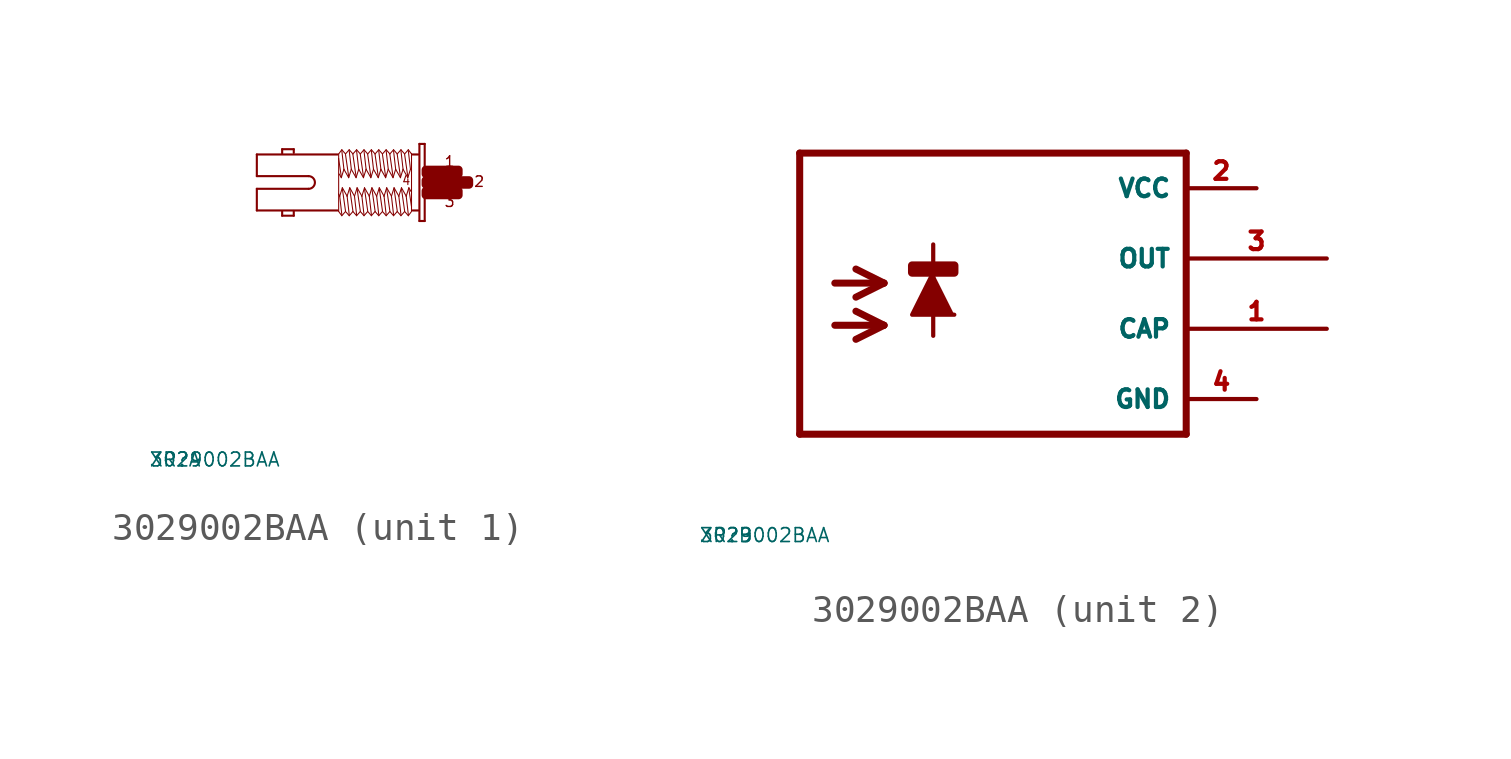
<source format=kicad_sym>
(kicad_symbol_lib
  (version 20220914)
  (generator Eagle2Kicad)
  (symbol "3029002BAA"
    (property "Reference" "XR"
      (at -10 -10 0)
      (effects (font (size 0.5 0.5) (thickness 0.06)) (justify left)))
    (property "Value" "3029002BAA"
      (at -10 -10 0)
      (effects (font (size 0.5 0.5) (thickness 0.06)) (justify left)))
    (symbol "3029002BAA_1_0"
      (polyline (pts (xy -0.038 1.391) (xy -0.038 -1.391)) (stroke (width 0.076) (type default)) (fill (type none)))
      (polyline (pts (xy -0.038 -1.391) (xy -0.229 -1.391)) (stroke (width 0.076) (type default)) (fill (type none)))
      (polyline (pts (xy -0.229 -1.391) (xy -0.229 1.391)) (stroke (width 0.076) (type default)) (fill (type none)))
      (polyline (pts (xy -0.229 1.391) (xy -0.038 1.391)) (stroke (width 0.076) (type default)) (fill (type none)))
      (polyline (pts (xy -0.267 1.01) (xy -0.476 1.01)) (stroke (width 0.076) (type default)) (fill (type none)))
      (polyline (pts (xy -0.267 -1.01) (xy -0.476 -1.01)) (stroke (width 0.076) (type default)) (fill (type none)))
      (polyline (pts (xy -3.181 -1.01) (xy -6.096 -1.01)) (stroke (width 0.076) (type default)) (fill (type none)))
      (polyline (pts (xy -6.096 -1.01) (xy -6.096 -0.229)) (stroke (width 0.076) (type default)) (fill (type none)))
      (polyline (pts (xy -6.096 -0.229) (xy -4.229 -0.229)) (stroke (width 0.076) (type default)) (fill (type none)))
      (polyline (pts (xy -4.229 0.229) (xy -6.096 0.229)) (stroke (width 0.076) (type default)) (fill (type none)))
      (polyline (pts (xy -6.096 0.229) (xy -6.096 1.01)) (stroke (width 0.076) (type default)) (fill (type none)))
      (polyline (pts (xy -6.096 1.01) (xy -3.181 1.01)) (stroke (width 0.076) (type default)) (fill (type none)))
      (polyline (pts (xy -4.763 -1.029) (xy -4.763 -1.2)) (stroke (width 0.076) (type default)) (fill (type none)))
      (polyline (pts (xy -4.763 -1.2) (xy -5.182 -1.2)) (stroke (width 0.076) (type default)) (fill (type none)))
      (polyline (pts (xy -5.182 -1.2) (xy -5.182 -1.048)) (stroke (width 0.076) (type default)) (fill (type none)))
      (polyline (pts (xy -4.763 1.067) (xy -4.763 1.2)) (stroke (width 0.076) (type default)) (fill (type none)))
      (polyline (pts (xy -4.763 1.2) (xy -5.182 1.2)) (stroke (width 0.076) (type default)) (fill (type none)))
      (polyline (pts (xy -5.182 1.2) (xy -5.182 1.048)) (stroke (width 0.076) (type default)) (fill (type none)))
      (polyline (pts (xy -0.514 -1.048) (xy -0.629 -1.2)) (stroke (width 0.038) (type default)) (fill (type none)))
      (polyline (pts (xy -0.629 -1.2) (xy -0.762 -1.048)) (stroke (width 0.038) (type default)) (fill (type none)))
      (polyline (pts (xy -0.762 -1.048) (xy -0.895 -1.2)) (stroke (width 0.038) (type default)) (fill (type none)))
      (polyline (pts (xy -0.895 -1.2) (xy -1.029 -1.048)) (stroke (width 0.038) (type default)) (fill (type none)))
      (polyline (pts (xy -1.029 -1.048) (xy -1.162 -1.2)) (stroke (width 0.038) (type default)) (fill (type none)))
      (polyline (pts (xy -1.162 -1.2) (xy -1.295 -1.048)) (stroke (width 0.038) (type default)) (fill (type none)))
      (polyline (pts (xy -1.295 -1.048) (xy -1.429 -1.2)) (stroke (width 0.038) (type default)) (fill (type none)))
      (polyline (pts (xy -1.429 -1.2) (xy -1.562 -1.048)) (stroke (width 0.038) (type default)) (fill (type none)))
      (polyline (pts (xy -1.562 -1.048) (xy -1.696 -1.2)) (stroke (width 0.038) (type default)) (fill (type none)))
      (polyline (pts (xy -1.696 -1.2) (xy -1.829 -1.048)) (stroke (width 0.038) (type default)) (fill (type none)))
      (polyline (pts (xy -1.829 -1.048) (xy -1.962 -1.2)) (stroke (width 0.038) (type default)) (fill (type none)))
      (polyline (pts (xy -1.962 -1.2) (xy -2.095 -1.048)) (stroke (width 0.038) (type default)) (fill (type none)))
      (polyline (pts (xy -2.095 -1.048) (xy -2.229 -1.2)) (stroke (width 0.038) (type default)) (fill (type none)))
      (polyline (pts (xy -2.229 -1.2) (xy -2.362 -1.048)) (stroke (width 0.038) (type default)) (fill (type none)))
      (polyline (pts (xy -2.362 -1.048) (xy -2.496 -1.2)) (stroke (width 0.038) (type default)) (fill (type none)))
      (polyline (pts (xy -2.496 -1.2) (xy -2.629 -1.048)) (stroke (width 0.038) (type default)) (fill (type none)))
      (polyline (pts (xy -2.629 -1.048) (xy -2.762 -1.2)) (stroke (width 0.038) (type default)) (fill (type none)))
      (polyline (pts (xy -2.762 -1.2) (xy -2.896 -1.048)) (stroke (width 0.038) (type default)) (fill (type none)))
      (polyline (pts (xy -2.896 -1.048) (xy -3.029 -1.2)) (stroke (width 0.038) (type default)) (fill (type none)))
      (polyline (pts (xy -3.029 -1.2) (xy -3.143 -1.048)) (stroke (width 0.038) (type default)) (fill (type none)))
      (polyline (pts (xy -3.143 -1.048) (xy -3.143 -0.419)) (stroke (width 0.038) (type default)) (fill (type none)))
      (polyline (pts (xy -3.143 -0.419) (xy -3.143 0.857)) (stroke (width 0.038) (type default)) (fill (type none)))
      (polyline (pts (xy -3.143 0.857) (xy -3.143 1.029)) (stroke (width 0.038) (type default)) (fill (type none)))
      (polyline (pts (xy -0.514 1.048) (xy -0.514 1.029)) (stroke (width 0.038) (type default)) (fill (type none)))
      (polyline (pts (xy -0.514 1.029) (xy -0.514 -0.876)) (stroke (width 0.038) (type default)) (fill (type none)))
      (polyline (pts (xy -0.514 -0.876) (xy -0.514 -1.029)) (stroke (width 0.038) (type default)) (fill (type none)))
      (polyline (pts (xy -0.533 -0.324) (xy -0.61 -0.191)) (stroke (width 0.038) (type default)) (fill (type none)))
      (polyline (pts (xy -0.61 -0.191) (xy -0.705 -0.495)) (stroke (width 0.038) (type default)) (fill (type none)))
      (polyline (pts (xy -0.705 -0.495) (xy -0.876 -0.191)) (stroke (width 0.038) (type default)) (fill (type none)))
      (polyline (pts (xy -0.876 -0.191) (xy -0.972 -0.495)) (stroke (width 0.038) (type default)) (fill (type none)))
      (polyline (pts (xy -0.972 -0.495) (xy -1.143 -0.191)) (stroke (width 0.038) (type default)) (fill (type none)))
      (polyline (pts (xy -1.143 -0.191) (xy -1.238 -0.495)) (stroke (width 0.038) (type default)) (fill (type none)))
      (polyline (pts (xy -1.238 -0.495) (xy -1.41 -0.191)) (stroke (width 0.038) (type default)) (fill (type none)))
      (polyline (pts (xy -1.41 -0.191) (xy -1.505 -0.495)) (stroke (width 0.038) (type default)) (fill (type none)))
      (polyline (pts (xy -1.505 -0.495) (xy -1.676 -0.191)) (stroke (width 0.038) (type default)) (fill (type none)))
      (polyline (pts (xy -1.676 -0.191) (xy -1.772 -0.495)) (stroke (width 0.038) (type default)) (fill (type none)))
      (polyline (pts (xy -1.772 -0.495) (xy -1.943 -0.191)) (stroke (width 0.038) (type default)) (fill (type none)))
      (polyline (pts (xy -1.943 -0.191) (xy -2.038 -0.495)) (stroke (width 0.038) (type default)) (fill (type none)))
      (polyline (pts (xy -2.038 -0.495) (xy -2.21 -0.191)) (stroke (width 0.038) (type default)) (fill (type none)))
      (polyline (pts (xy -2.21 -0.191) (xy -2.305 -0.495)) (stroke (width 0.038) (type default)) (fill (type none)))
      (polyline (pts (xy -2.305 -0.495) (xy -2.477 -0.191)) (stroke (width 0.038) (type default)) (fill (type none)))
      (polyline (pts (xy -2.477 -0.191) (xy -2.572 -0.495)) (stroke (width 0.038) (type default)) (fill (type none)))
      (polyline (pts (xy -2.572 -0.495) (xy -2.743 -0.191)) (stroke (width 0.038) (type default)) (fill (type none)))
      (polyline (pts (xy -2.743 -0.191) (xy -2.838 -0.495)) (stroke (width 0.038) (type default)) (fill (type none)))
      (polyline (pts (xy -2.838 -0.495) (xy -3.01 -0.191)) (stroke (width 0.038) (type default)) (fill (type none)))
      (polyline (pts (xy -3.01 -0.191) (xy -3.105 -0.495)) (stroke (width 0.038) (type default)) (fill (type none)))
      (polyline (pts (xy -3.105 -0.495) (xy -3.143 -0.419)) (stroke (width 0.038) (type default)) (fill (type none)))
      (polyline (pts (xy -3.029 -1.162) (xy -3.105 -0.495)) (stroke (width 0.038) (type default)) (fill (type none)))
      (polyline (pts (xy -2.896 -1.029) (xy -3.01 -0.229)) (stroke (width 0.038) (type default)) (fill (type none)))
      (polyline (pts (xy -2.762 -1.162) (xy -2.838 -0.495)) (stroke (width 0.038) (type default)) (fill (type none)))
      (polyline (pts (xy -2.629 -1.029) (xy -2.743 -0.229)) (stroke (width 0.038) (type default)) (fill (type none)))
      (polyline (pts (xy -2.496 -1.162) (xy -2.572 -0.495)) (stroke (width 0.038) (type default)) (fill (type none)))
      (polyline (pts (xy -2.362 -1.029) (xy -2.477 -0.229)) (stroke (width 0.038) (type default)) (fill (type none)))
      (polyline (pts (xy -2.229 -1.162) (xy -2.305 -0.495)) (stroke (width 0.038) (type default)) (fill (type none)))
      (polyline (pts (xy -2.095 -1.029) (xy -2.21 -0.229)) (stroke (width 0.038) (type default)) (fill (type none)))
      (polyline (pts (xy -1.962 -1.162) (xy -2.038 -0.495)) (stroke (width 0.038) (type default)) (fill (type none)))
      (polyline (pts (xy -1.829 -1.029) (xy -1.943 -0.229)) (stroke (width 0.038) (type default)) (fill (type none)))
      (polyline (pts (xy -1.696 -1.162) (xy -1.772 -0.495)) (stroke (width 0.038) (type default)) (fill (type none)))
      (polyline (pts (xy -1.562 -1.029) (xy -1.676 -0.229)) (stroke (width 0.038) (type default)) (fill (type none)))
      (polyline (pts (xy -1.429 -1.162) (xy -1.505 -0.495)) (stroke (width 0.038) (type default)) (fill (type none)))
      (polyline (pts (xy -1.295 -1.029) (xy -1.41 -0.229)) (stroke (width 0.038) (type default)) (fill (type none)))
      (polyline (pts (xy -1.162 -1.162) (xy -1.238 -0.495)) (stroke (width 0.038) (type default)) (fill (type none)))
      (polyline (pts (xy -1.029 -1.029) (xy -1.143 -0.229)) (stroke (width 0.038) (type default)) (fill (type none)))
      (polyline (pts (xy -0.895 -1.162) (xy -0.972 -0.495)) (stroke (width 0.038) (type default)) (fill (type none)))
      (polyline (pts (xy -0.762 -1.029) (xy -0.876 -0.229)) (stroke (width 0.038) (type default)) (fill (type none)))
      (polyline (pts (xy -0.629 -1.162) (xy -0.705 -0.495)) (stroke (width 0.038) (type default)) (fill (type none)))
      (polyline (pts (xy -0.514 -0.876) (xy -0.61 -0.229)) (stroke (width 0.038) (type default)) (fill (type none)))
      (polyline (pts (xy -3.143 1.029) (xy -3.029 1.181)) (stroke (width 0.038) (type default)) (fill (type none)))
      (polyline (pts (xy -3.029 1.181) (xy -2.896 1.029)) (stroke (width 0.038) (type default)) (fill (type none)))
      (polyline (pts (xy -2.896 1.029) (xy -2.762 1.181)) (stroke (width 0.038) (type default)) (fill (type none)))
      (polyline (pts (xy -2.762 1.181) (xy -2.629 1.029)) (stroke (width 0.038) (type default)) (fill (type none)))
      (polyline (pts (xy -2.629 1.029) (xy -2.496 1.181)) (stroke (width 0.038) (type default)) (fill (type none)))
      (polyline (pts (xy -2.496 1.181) (xy -2.362 1.029)) (stroke (width 0.038) (type default)) (fill (type none)))
      (polyline (pts (xy -2.362 1.029) (xy -2.229 1.181)) (stroke (width 0.038) (type default)) (fill (type none)))
      (polyline (pts (xy -2.229 1.181) (xy -2.095 1.029)) (stroke (width 0.038) (type default)) (fill (type none)))
      (polyline (pts (xy -2.095 1.029) (xy -1.962 1.181)) (stroke (width 0.038) (type default)) (fill (type none)))
      (polyline (pts (xy -1.962 1.181) (xy -1.829 1.029)) (stroke (width 0.038) (type default)) (fill (type none)))
      (polyline (pts (xy -1.829 1.029) (xy -1.696 1.181)) (stroke (width 0.038) (type default)) (fill (type none)))
      (polyline (pts (xy -1.696 1.181) (xy -1.562 1.029)) (stroke (width 0.038) (type default)) (fill (type none)))
      (polyline (pts (xy -1.562 1.029) (xy -1.429 1.181)) (stroke (width 0.038) (type default)) (fill (type none)))
      (polyline (pts (xy -1.429 1.181) (xy -1.295 1.029)) (stroke (width 0.038) (type default)) (fill (type none)))
      (polyline (pts (xy -1.295 1.029) (xy -1.162 1.181)) (stroke (width 0.038) (type default)) (fill (type none)))
      (polyline (pts (xy -1.162 1.181) (xy -1.029 1.029)) (stroke (width 0.038) (type default)) (fill (type none)))
      (polyline (pts (xy -1.029 1.029) (xy -0.895 1.181)) (stroke (width 0.038) (type default)) (fill (type none)))
      (polyline (pts (xy -0.895 1.181) (xy -0.762 1.029)) (stroke (width 0.038) (type default)) (fill (type none)))
      (polyline (pts (xy -0.762 1.029) (xy -0.629 1.181)) (stroke (width 0.038) (type default)) (fill (type none)))
      (polyline (pts (xy -0.629 1.181) (xy -0.514 1.029)) (stroke (width 0.038) (type default)) (fill (type none)))
      (polyline (pts (xy -3.124 0.305) (xy -3.048 0.172)) (stroke (width 0.038) (type default)) (fill (type none)))
      (polyline (pts (xy -3.048 0.172) (xy -2.953 0.476)) (stroke (width 0.038) (type default)) (fill (type none)))
      (polyline (pts (xy -2.953 0.476) (xy -2.781 0.172)) (stroke (width 0.038) (type default)) (fill (type none)))
      (polyline (pts (xy -2.781 0.172) (xy -2.686 0.476)) (stroke (width 0.038) (type default)) (fill (type none)))
      (polyline (pts (xy -2.686 0.476) (xy -2.515 0.172)) (stroke (width 0.038) (type default)) (fill (type none)))
      (polyline (pts (xy -2.515 0.172) (xy -2.419 0.476)) (stroke (width 0.038) (type default)) (fill (type none)))
      (polyline (pts (xy -2.419 0.476) (xy -2.248 0.172)) (stroke (width 0.038) (type default)) (fill (type none)))
      (polyline (pts (xy -2.248 0.172) (xy -2.153 0.476)) (stroke (width 0.038) (type default)) (fill (type none)))
      (polyline (pts (xy -2.153 0.476) (xy -1.981 0.172)) (stroke (width 0.038) (type default)) (fill (type none)))
      (polyline (pts (xy -1.981 0.172) (xy -1.886 0.476)) (stroke (width 0.038) (type default)) (fill (type none)))
      (polyline (pts (xy -1.886 0.476) (xy -1.714 0.172)) (stroke (width 0.038) (type default)) (fill (type none)))
      (polyline (pts (xy -1.714 0.172) (xy -1.619 0.476)) (stroke (width 0.038) (type default)) (fill (type none)))
      (polyline (pts (xy -1.619 0.476) (xy -1.448 0.172)) (stroke (width 0.038) (type default)) (fill (type none)))
      (polyline (pts (xy -1.448 0.172) (xy -1.353 0.476)) (stroke (width 0.038) (type default)) (fill (type none)))
      (polyline (pts (xy -1.353 0.476) (xy -1.181 0.172)) (stroke (width 0.038) (type default)) (fill (type none)))
      (polyline (pts (xy -1.181 0.172) (xy -1.086 0.476)) (stroke (width 0.038) (type default)) (fill (type none)))
      (polyline (pts (xy -1.086 0.476) (xy -0.914 0.172)) (stroke (width 0.038) (type default)) (fill (type none)))
      (polyline (pts (xy -0.914 0.172) (xy -0.819 0.476)) (stroke (width 0.038) (type default)) (fill (type none)))
      (polyline (pts (xy -0.819 0.476) (xy -0.648 0.172)) (stroke (width 0.038) (type default)) (fill (type none)))
      (polyline (pts (xy -0.648 0.172) (xy -0.552 0.476)) (stroke (width 0.038) (type default)) (fill (type none)))
      (polyline (pts (xy -0.629 1.143) (xy -0.552 0.476)) (stroke (width 0.038) (type default)) (fill (type none)))
      (polyline (pts (xy -0.762 1.01) (xy -0.648 0.21)) (stroke (width 0.038) (type default)) (fill (type none)))
      (polyline (pts (xy -0.895 1.143) (xy -0.819 0.476)) (stroke (width 0.038) (type default)) (fill (type none)))
      (polyline (pts (xy -1.029 1.01) (xy -0.914 0.21)) (stroke (width 0.038) (type default)) (fill (type none)))
      (polyline (pts (xy -1.162 1.143) (xy -1.086 0.476)) (stroke (width 0.038) (type default)) (fill (type none)))
      (polyline (pts (xy -1.295 1.01) (xy -1.181 0.21)) (stroke (width 0.038) (type default)) (fill (type none)))
      (polyline (pts (xy -1.429 1.143) (xy -1.353 0.476)) (stroke (width 0.038) (type default)) (fill (type none)))
      (polyline (pts (xy -1.562 1.01) (xy -1.448 0.21)) (stroke (width 0.038) (type default)) (fill (type none)))
      (polyline (pts (xy -1.696 1.143) (xy -1.619 0.476)) (stroke (width 0.038) (type default)) (fill (type none)))
      (polyline (pts (xy -1.829 1.01) (xy -1.714 0.21)) (stroke (width 0.038) (type default)) (fill (type none)))
      (polyline (pts (xy -1.962 1.143) (xy -1.886 0.476)) (stroke (width 0.038) (type default)) (fill (type none)))
      (polyline (pts (xy -2.095 1.01) (xy -1.981 0.21)) (stroke (width 0.038) (type default)) (fill (type none)))
      (polyline (pts (xy -2.229 1.143) (xy -2.153 0.476)) (stroke (width 0.038) (type default)) (fill (type none)))
      (polyline (pts (xy -2.362 1.01) (xy -2.248 0.21)) (stroke (width 0.038) (type default)) (fill (type none)))
      (polyline (pts (xy -2.496 1.143) (xy -2.419 0.476)) (stroke (width 0.038) (type default)) (fill (type none)))
      (polyline (pts (xy -2.629 1.01) (xy -2.515 0.21)) (stroke (width 0.038) (type default)) (fill (type none)))
      (polyline (pts (xy -2.762 1.143) (xy -2.686 0.476)) (stroke (width 0.038) (type default)) (fill (type none)))
      (polyline (pts (xy -2.896 1.01) (xy -2.781 0.21)) (stroke (width 0.038) (type default)) (fill (type none)))
      (polyline (pts (xy -3.029 1.143) (xy -2.953 0.476)) (stroke (width 0.038) (type default)) (fill (type none)))
      (polyline (pts (xy -3.143 0.857) (xy -3.048 0.21)) (stroke (width 0.038) (type default)) (fill (type none)))
      (arc (start -4.2291 -0.2286) (mid -4.001 0.000) (end -4.2291 0.2286) (stroke (width 0.0762) (type default)) (fill (type none)))
      (text "1" (at 0.648 0.533 0) (effects (font (size 0.381 0.381) (thickness 0.05)) (justify left bottom)))
      (text "3" (at 0.648 -0.914 0) (effects (font (size 0.381 0.381) (thickness 0.05)) (justify left bottom)))
      (text "2" (at 1.714 -0.191 0) (effects (font (size 0.381 0.381) (thickness 0.05)) (justify left bottom)))
      (text "4" (at -0.876 -0.114 0) (effects (font (size 0.305 0.305) (thickness 0.04)) (justify left bottom)))
      (rectangle (start 0.762 -0.076) (end 1.562 0.076) (stroke (width 0.3) (type default)) (fill (type outline)))
      (rectangle (start 0 -0.076) (end 0.495 0.076) (stroke (width 0.3) (type default)) (fill (type outline)))
      (rectangle (start 0 0.305) (end 0.876 0.457) (stroke (width 0.3) (type default)) (fill (type outline)))
      (rectangle (start 0 -0.457) (end 0.876 -0.305) (stroke (width 0.3) (type default)) (fill (type outline)))
      (rectangle (start 0.838 -0.457) (end 1.181 -0.305) (stroke (width 0.3) (type default)) (fill (type outline)))
      (rectangle (start 0.457 -0.076) (end 0.8 0.076) (stroke (width 0.3) (type default)) (fill (type outline)))
      (rectangle (start 0.838 0.305) (end 1.181 0.457) (stroke (width 0.3) (type default)) (fill (type outline))))
    (symbol "3029002BAA_2_0"
      (polyline (pts (xy -1.524 -0.508) (xy -2.286 -2.032) (xy -0.762 -2.032)) (stroke (width 0.152) (type default)) (fill (type outline)))
      (polyline (pts (xy -5.08 -0.889) (xy -3.302 -0.889)) (stroke (width 0.254) (type default)) (fill (type none)))
      (polyline (pts (xy -3.302 -0.889) (xy -4.318 -1.397)) (stroke (width 0.254) (type default)) (fill (type none)))
      (polyline (pts (xy -3.302 -0.889) (xy -4.318 -0.381)) (stroke (width 0.254) (type default)) (fill (type none)))
      (polyline (pts (xy -5.08 -2.413) (xy -3.302 -2.413)) (stroke (width 0.254) (type default)) (fill (type none)))
      (polyline (pts (xy -3.302 -2.413) (xy -4.318 -2.921)) (stroke (width 0.254) (type default)) (fill (type none)))
      (polyline (pts (xy -3.302 -2.413) (xy -4.318 -1.905)) (stroke (width 0.254) (type default)) (fill (type none)))
      (polyline (pts (xy -1.524 0.508) (xy -1.524 -2.794)) (stroke (width 0.152) (type default)) (fill (type none)))
      (polyline (pts (xy 7.62 3.81) (xy -6.35 3.81)) (stroke (width 0.254) (type default)) (fill (type none)))
      (polyline (pts (xy -6.35 3.81) (xy -6.35 -6.35)) (stroke (width 0.254) (type default)) (fill (type none)))
      (polyline (pts (xy -6.35 -6.35) (xy 7.62 -6.35)) (stroke (width 0.254) (type default)) (fill (type none)))
      (polyline (pts (xy 7.62 -6.35) (xy 7.62 3.81)) (stroke (width 0.254) (type default)) (fill (type none)))
      (rectangle (start -2.286 -0.508) (end -0.762 -0.254) (stroke (width 0.3) (type default)) (fill (type outline)))
      (pin unspecified line (at 10.16 2.54 180) (length 2.54) (name "VCC" (effects (font (size 0.635 0.635) (thickness 0.08)) (justify left bottom))) (number "2" (effects (font (size 0.635 0.635) (thickness 0.08)) (justify left bottom))))
      (pin unspecified line (at 10.16 -5.08 180) (length 2.54) (name "GND" (effects (font (size 0.635 0.635) (thickness 0.08)) (justify left bottom))) (number "4" (effects (font (size 0.635 0.635) (thickness 0.08)) (justify left bottom))))
      (pin output line (at 12.7 0 180) (length 5.08) (name "OUT" (effects (font (size 0.635 0.635) (thickness 0.08)) (justify left bottom))) (number "3" (effects (font (size 0.635 0.635) (thickness 0.08)) (justify left bottom))))
      (pin output line (at 12.7 -2.54 180) (length 5.08) (name "CAP" (effects (font (size 0.635 0.635) (thickness 0.08)) (justify left bottom))) (number "1" (effects (font (size 0.635 0.635) (thickness 0.08)) (justify left bottom)))))))
</source>
